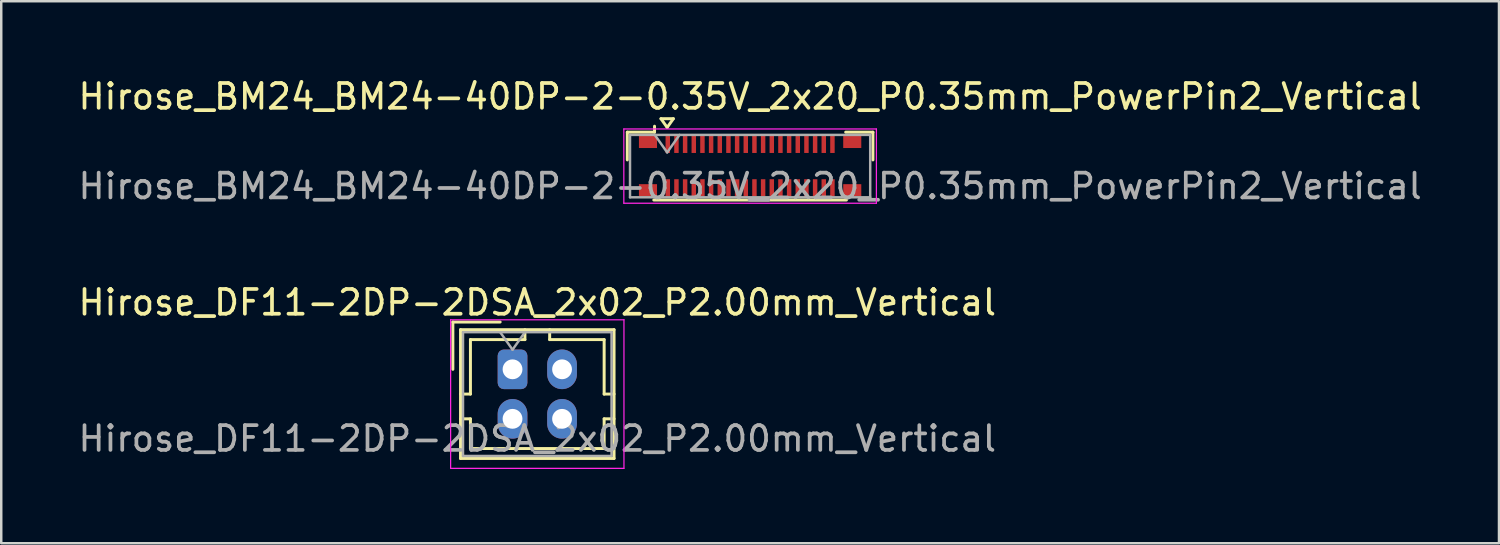
<source format=kicad_pcb>
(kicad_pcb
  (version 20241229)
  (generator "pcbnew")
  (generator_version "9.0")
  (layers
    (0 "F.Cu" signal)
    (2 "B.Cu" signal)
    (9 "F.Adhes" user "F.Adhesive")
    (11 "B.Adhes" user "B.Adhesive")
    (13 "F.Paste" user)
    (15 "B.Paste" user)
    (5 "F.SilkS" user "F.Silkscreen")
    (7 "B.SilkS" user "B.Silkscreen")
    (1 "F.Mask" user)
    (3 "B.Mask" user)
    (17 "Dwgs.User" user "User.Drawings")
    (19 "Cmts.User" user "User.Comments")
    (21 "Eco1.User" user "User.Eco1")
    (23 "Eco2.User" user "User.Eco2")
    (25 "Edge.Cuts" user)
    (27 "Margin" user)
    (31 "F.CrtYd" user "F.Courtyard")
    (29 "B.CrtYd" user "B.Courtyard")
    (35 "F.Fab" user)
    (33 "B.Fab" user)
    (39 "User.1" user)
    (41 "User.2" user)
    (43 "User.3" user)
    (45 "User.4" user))
  (footprint "Hirose_BM24_BM24-40DP-2-0.35V_2x20_P0.35mm_PowerPin2_Vertical"
    (layer "F.Cu")
    (at 27.244 3.658)
    (property "Reference" "Hirose_BM24_BM24-40DP-2-0.35V_2x20_P0.35mm_PowerPin2_Vertical" (at 0 -2.81 0) (layer "F.SilkS") (effects (font (size 1 1) (thickness 0.15))))
    (attr smd)
    (fp_line (start -4.96 -1.37) (end -3.86 -1.37) (stroke (width 0.12) (type solid)) (layer "F.SilkS"))
    (fp_line (start -4.96 -0.25) (end -4.96 -1.37) (stroke (width 0.12) (type solid)) (layer "F.SilkS"))
    (fp_line (start -3.89 1.37) (end 3.89 1.37) (stroke (width 0.12) (type solid)) (layer "F.SilkS"))
    (fp_line (start -3.86 -1.37) (end -3.86 -1.61) (stroke (width 0.12) (type solid)) (layer "F.SilkS"))
    (fp_line (start -3.6 -1.914) (end -3.35 -1.56) (stroke (width 0.12) (type solid)) (layer "F.SilkS"))
    (fp_line (start -3.35 -1.56) (end -3.1 -1.914) (stroke (width 0.12) (type solid)) (layer "F.SilkS"))
    (fp_line (start -3.1 -1.914) (end -3.6 -1.914) (stroke (width 0.12) (type solid)) (layer "F.SilkS"))
    (fp_line (start 4.96 -1.37) (end 3.86 -1.37) (stroke (width 0.12) (type solid)) (layer "F.SilkS"))
    (fp_line (start 4.96 -0.25) (end 4.96 -1.37) (stroke (width 0.12) (type solid)) (layer "F.SilkS"))
    (fp_line (start -5.1 -1.5) (end -5.1 1.5) (stroke (width 0.05) (type solid)) (layer "F.CrtYd"))
    (fp_line (start -5.1 1.5) (end 5.1 1.5) (stroke (width 0.05) (type solid)) (layer "F.CrtYd"))
    (fp_line (start 5.1 -1.5) (end -5.1 -1.5) (stroke (width 0.05) (type solid)) (layer "F.CrtYd"))
    (fp_line (start 5.1 1.5) (end 5.1 -1.5) (stroke (width 0.05) (type solid)) (layer "F.CrtYd"))
    (fp_line (start -4.85 -1.26) (end -4.85 1.26) (stroke (width 0.1) (type solid)) (layer "F.Fab"))
    (fp_line (start -4.85 -1.26) (end 4.85 -1.26) (stroke (width 0.1) (type solid)) (layer "F.Fab"))
    (fp_line (start -4.85 1.26) (end 4.85 1.26) (stroke (width 0.1) (type solid)) (layer "F.Fab"))
    (fp_line (start -3.85 -1.26) (end -3.35 -0.553) (stroke (width 0.1) (type solid)) (layer "F.Fab"))
    (fp_line (start -3.35 -0.553) (end -2.85 -1.26) (stroke (width 0.1) (type solid)) (layer "F.Fab"))
    (fp_line (start 4.85 -1.26) (end 4.85 1.26) (stroke (width 0.1) (type solid)) (layer "F.Fab"))
    (fp_text user "${REFERENCE}" (at 0 0.81 0) (layer "F.Fab") (effects (font (size 1 1) (thickness 0.15))))
    (pad "1" smd rect (at -3.325 -0.875) (size 0.18 0.69) (layers "F.Cu" "F.Mask" "F.Paste"))
    (pad "2" smd rect (at -3.325 0.875) (size 0.18 0.69) (layers "F.Cu" "F.Mask" "F.Paste"))
    (pad "3" smd rect (at -2.975 -0.875) (size 0.18 0.69) (layers "F.Cu" "F.Mask" "F.Paste"))
    (pad "4" smd rect (at -2.975 0.875) (size 0.18 0.69) (layers "F.Cu" "F.Mask" "F.Paste"))
    (pad "5" smd rect (at -2.625 -0.875) (size 0.18 0.69) (layers "F.Cu" "F.Mask" "F.Paste"))
    (pad "6" smd rect (at -2.625 0.875) (size 0.18 0.69) (layers "F.Cu" "F.Mask" "F.Paste"))
    (pad "7" smd rect (at -2.275 -0.875) (size 0.18 0.69) (layers "F.Cu" "F.Mask" "F.Paste"))
    (pad "8" smd rect (at -2.275 0.875) (size 0.18 0.69) (layers "F.Cu" "F.Mask" "F.Paste"))
    (pad "9" smd rect (at -1.925 -0.875) (size 0.18 0.69) (layers "F.Cu" "F.Mask" "F.Paste"))
    (pad "10" smd rect (at -1.925 0.875) (size 0.18 0.69) (layers "F.Cu" "F.Mask" "F.Paste"))
    (pad "11" smd rect (at -1.575 -0.875) (size 0.18 0.69) (layers "F.Cu" "F.Mask" "F.Paste"))
    (pad "12" smd rect (at -1.575 0.875) (size 0.18 0.69) (layers "F.Cu" "F.Mask" "F.Paste"))
    (pad "13" smd rect (at -1.225 -0.875) (size 0.18 0.69) (layers "F.Cu" "F.Mask" "F.Paste"))
    (pad "14" smd rect (at -1.225 0.875) (size 0.18 0.69) (layers "F.Cu" "F.Mask" "F.Paste"))
    (pad "15" smd rect (at -0.875 -0.875) (size 0.18 0.69) (layers "F.Cu" "F.Mask" "F.Paste"))
    (pad "16" smd rect (at -0.875 0.875) (size 0.18 0.69) (layers "F.Cu" "F.Mask" "F.Paste"))
    (pad "17" smd rect (at -0.525 -0.875) (size 0.18 0.69) (layers "F.Cu" "F.Mask" "F.Paste"))
    (pad "18" smd rect (at -0.525 0.875) (size 0.18 0.69) (layers "F.Cu" "F.Mask" "F.Paste"))
    (pad "19" smd rect (at -0.175 -0.875) (size 0.18 0.69) (layers "F.Cu" "F.Mask" "F.Paste"))
    (pad "20" smd rect (at -0.175 0.875) (size 0.18 0.69) (layers "F.Cu" "F.Mask" "F.Paste"))
    (pad "21" smd rect (at 0.175 -0.875) (size 0.18 0.69) (layers "F.Cu" "F.Mask" "F.Paste"))
    (pad "22" smd rect (at 0.175 0.875) (size 0.18 0.69) (layers "F.Cu" "F.Mask" "F.Paste"))
    (pad "23" smd rect (at 0.525 -0.875) (size 0.18 0.69) (layers "F.Cu" "F.Mask" "F.Paste"))
    (pad "24" smd rect (at 0.525 0.875) (size 0.18 0.69) (layers "F.Cu" "F.Mask" "F.Paste"))
    (pad "25" smd rect (at 0.875 -0.875) (size 0.18 0.69) (layers "F.Cu" "F.Mask" "F.Paste"))
    (pad "26" smd rect (at 0.875 0.875) (size 0.18 0.69) (layers "F.Cu" "F.Mask" "F.Paste"))
    (pad "27" smd rect (at 1.225 -0.875) (size 0.18 0.69) (layers "F.Cu" "F.Mask" "F.Paste"))
    (pad "28" smd rect (at 1.225 0.875) (size 0.18 0.69) (layers "F.Cu" "F.Mask" "F.Paste"))
    (pad "29" smd rect (at 1.575 -0.875) (size 0.18 0.69) (layers "F.Cu" "F.Mask" "F.Paste"))
    (pad "30" smd rect (at 1.575 0.875) (size 0.18 0.69) (layers "F.Cu" "F.Mask" "F.Paste"))
    (pad "31" smd rect (at 1.925 -0.875) (size 0.18 0.69) (layers "F.Cu" "F.Mask" "F.Paste"))
    (pad "32" smd rect (at 1.925 0.875) (size 0.18 0.69) (layers "F.Cu" "F.Mask" "F.Paste"))
    (pad "33" smd rect (at 2.275 -0.875) (size 0.18 0.69) (layers "F.Cu" "F.Mask" "F.Paste"))
    (pad "34" smd rect (at 2.275 0.875) (size 0.18 0.69) (layers "F.Cu" "F.Mask" "F.Paste"))
    (pad "35" smd rect (at 2.625 -0.875) (size 0.18 0.69) (layers "F.Cu" "F.Mask" "F.Paste"))
    (pad "36" smd rect (at 2.625 0.875) (size 0.18 0.69) (layers "F.Cu" "F.Mask" "F.Paste"))
    (pad "37" smd rect (at 2.975 -0.875) (size 0.18 0.69) (layers "F.Cu" "F.Mask" "F.Paste"))
    (pad "38" smd rect (at 2.975 0.875) (size 0.18 0.69) (layers "F.Cu" "F.Mask" "F.Paste"))
    (pad "39" smd rect (at 3.325 -0.875) (size 0.18 0.69) (layers "F.Cu" "F.Mask" "F.Paste"))
    (pad "40" smd rect (at 3.325 0.875) (size 0.18 0.69) (layers "F.Cu" "F.Mask" "F.Paste"))
    (pad "41" smd rect (at -4.125 -0.975) (size 0.73 0.49) (layers "F.Cu" "F.Mask" "F.Paste"))
    (pad "41" smd rect (at -4.125 0.975) (size 0.73 0.49) (layers "F.Cu" "F.Mask" "F.Paste"))
    (pad "42" smd rect (at 4.125 -0.975) (size 0.73 0.49) (layers "F.Cu" "F.Mask" "F.Paste"))
    (pad "42" smd rect (at 4.125 0.975) (size 0.73 0.49) (layers "F.Cu" "F.Mask" "F.Paste")))
  (footprint "Hirose_DF11-2DP-2DSA_2x02_P2.00mm_Vertical"
    (layer "F.Cu")
    (at 17.649 11.865)
    (property "Reference" "Hirose_DF11-2DP-2DSA_2x02_P2.00mm_Vertical" (at 1 -2.7 0) (layer "F.SilkS") (effects (font (size 1 1) (thickness 0.15))))
    (attr through_hole)
    (fp_line (start -2.41 -1.91) (end -0.5 -1.91) (stroke (width 0.12) (type solid)) (layer "F.SilkS"))
    (fp_line (start -2.41 0) (end -2.41 -1.91) (stroke (width 0.12) (type solid)) (layer "F.SilkS"))
    (fp_line (start -2.1 -1.6) (end -2.1 3.6) (stroke (width 0.12) (type solid)) (layer "F.SilkS"))
    (fp_line (start -2.1 1) (end -1.7 1) (stroke (width 0.12) (type solid)) (layer "F.SilkS"))
    (fp_line (start -2.1 2) (end -1.7 2) (stroke (width 0.12) (type solid)) (layer "F.SilkS"))
    (fp_line (start -2.1 3.6) (end 4.1 3.6) (stroke (width 0.12) (type solid)) (layer "F.SilkS"))
    (fp_line (start -1.7 -1.2) (end 0.5 -1.2) (stroke (width 0.12) (type solid)) (layer "F.SilkS"))
    (fp_line (start -1.7 1) (end -1.7 -1.2) (stroke (width 0.12) (type solid)) (layer "F.SilkS"))
    (fp_line (start -1.7 2) (end -1.7 3.2) (stroke (width 0.12) (type solid)) (layer "F.SilkS"))
    (fp_line (start -1.7 3.2) (end 3.7 3.2) (stroke (width 0.12) (type solid)) (layer "F.SilkS"))
    (fp_line (start 0.5 -1.2) (end 0.5 -1.6) (stroke (width 0.12) (type solid)) (layer "F.SilkS"))
    (fp_line (start 1.5 -1.2) (end 1.5 -1.6) (stroke (width 0.12) (type solid)) (layer "F.SilkS"))
    (fp_line (start 3.7 -1.2) (end 1.5 -1.2) (stroke (width 0.12) (type solid)) (layer "F.SilkS"))
    (fp_line (start 3.7 1) (end 3.7 -1.2) (stroke (width 0.12) (type solid)) (layer "F.SilkS"))
    (fp_line (start 3.7 2) (end 4.1 2) (stroke (width 0.12) (type solid)) (layer "F.SilkS"))
    (fp_line (start 3.7 3.2) (end 3.7 2) (stroke (width 0.12) (type solid)) (layer "F.SilkS"))
    (fp_line (start 4.1 -1.6) (end -2.1 -1.6) (stroke (width 0.12) (type solid)) (layer "F.SilkS"))
    (fp_line (start 4.1 1) (end 3.7 1) (stroke (width 0.12) (type solid)) (layer "F.SilkS"))
    (fp_line (start 4.1 3.6) (end 4.1 -1.6) (stroke (width 0.12) (type solid)) (layer "F.SilkS"))
    (fp_line (start -2.5 -2) (end -2.5 4) (stroke (width 0.05) (type solid)) (layer "F.CrtYd"))
    (fp_line (start -2.5 4) (end 4.5 4) (stroke (width 0.05) (type solid)) (layer "F.CrtYd"))
    (fp_line (start 4.5 -2) (end -2.5 -2) (stroke (width 0.05) (type solid)) (layer "F.CrtYd"))
    (fp_line (start 4.5 4) (end 4.5 -2) (stroke (width 0.05) (type solid)) (layer "F.CrtYd"))
    (fp_line (start -2 -1.5) (end -2 3.5) (stroke (width 0.1) (type solid)) (layer "F.Fab"))
    (fp_line (start -2 3.5) (end 4 3.5) (stroke (width 0.1) (type solid)) (layer "F.Fab"))
    (fp_line (start -0.5 -1.5) (end 0 -0.793) (stroke (width 0.1) (type solid)) (layer "F.Fab"))
    (fp_line (start 0 -0.793) (end 0.5 -1.5) (stroke (width 0.1) (type solid)) (layer "F.Fab"))
    (fp_line (start 4 -1.5) (end -2 -1.5) (stroke (width 0.1) (type solid)) (layer "F.Fab"))
    (fp_line (start 4 3.5) (end 4 -1.5) (stroke (width 0.1) (type solid)) (layer "F.Fab"))
    (fp_text user "${REFERENCE}" (at 1 2.8 0) (layer "F.Fab") (effects (font (size 1 1) (thickness 0.15))))
    (pad "1" thru_hole roundrect (at 0 0) (size 1.2 1.6) (drill 0.8) (layers "*.Cu" "*.Mask") (roundrect_rratio 0.208))
    (pad "2" thru_hole oval (at 0 2) (size 1.2 1.6) (drill 0.8) (layers "*.Cu" "*.Mask"))
    (pad "3" thru_hole oval (at 2 0) (size 1.2 1.6) (drill 0.8) (layers "*.Cu" "*.Mask"))
    (pad "4" thru_hole oval (at 2 2) (size 1.2 1.6) (drill 0.8) (layers "*.Cu" "*.Mask")))
  (gr_rect
    (start -3 -3)
    (end 57.488 18.89)
    (stroke (width 0.1) (type default))
    (fill no)
    (layer "Edge.Cuts")))
</source>
